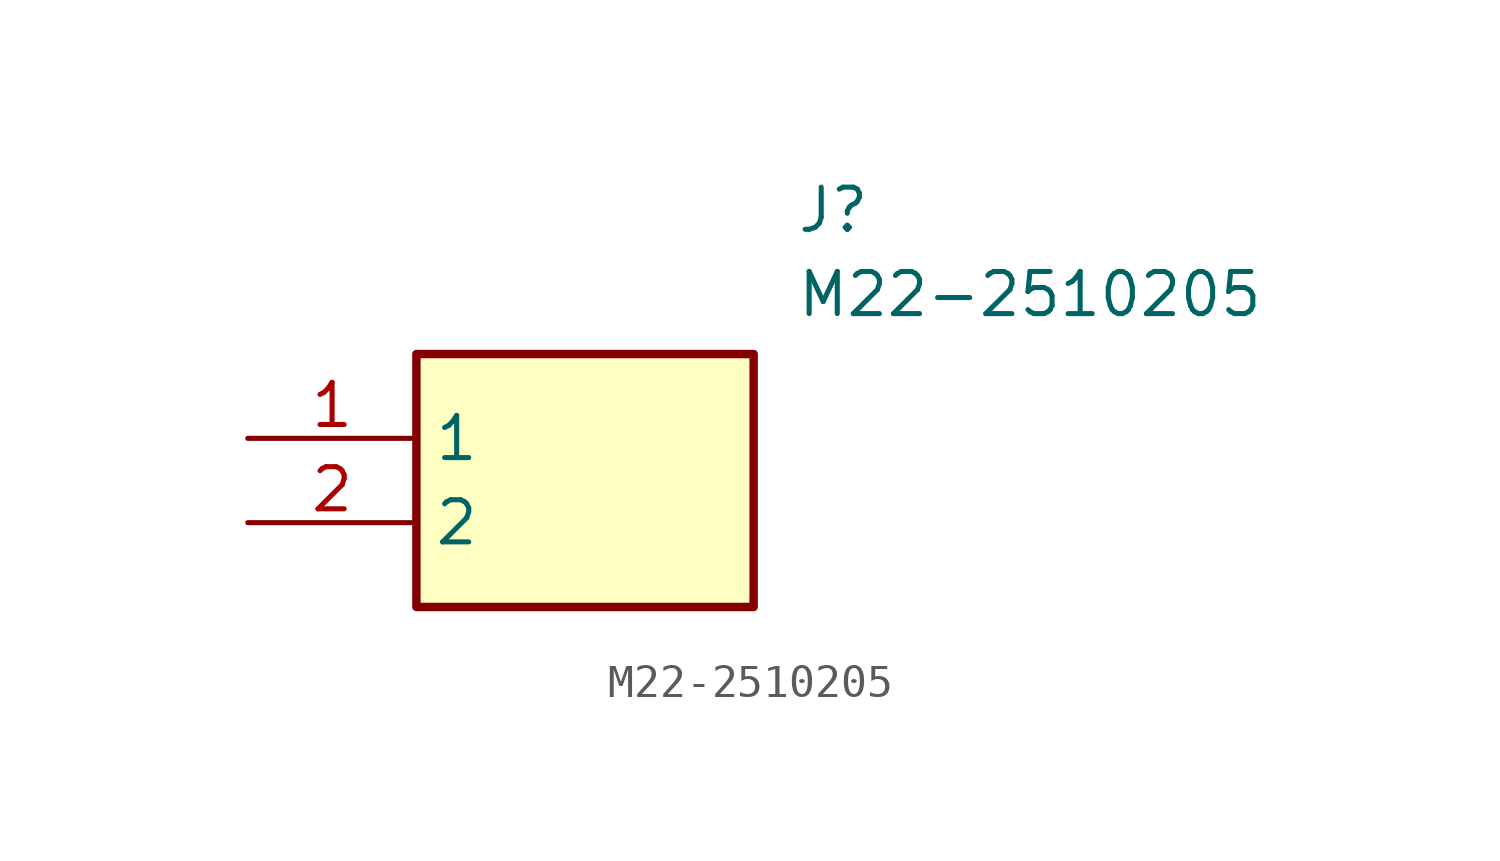
<source format=kicad_sym>
(kicad_symbol_lib
  (version 20211014)
  (generator SamacSys_ECAD_Model)
  (symbol "M22-2510205"
    (property "Reference" "J"
      (at 16.51 7.62 0)
      (effects (font (size 1.27 1.27)) (justify left top)))
    (property "Value" "M22-2510205"
      (at 16.51 5.08 0)
      (effects (font (size 1.27 1.27)) (justify left top)))
    (rectangle
      (start 5.08 2.54)
      (end 15.24 -5.08)
      (stroke (width 0.254) (type default))
      (fill (type background)))
    (pin passive line
      (at 0 0 0)
      (length 5.08)
      (name "1" (effects (font (size 1.27 1.27))))
      (number "1" (effects (font (size 1.27 1.27)))))
    (pin passive line
      (at 0 -2.54 0)
      (length 5.08)
      (name "2" (effects (font (size 1.27 1.27))))
      (number "2" (effects (font (size 1.27 1.27)))))))
</source>
